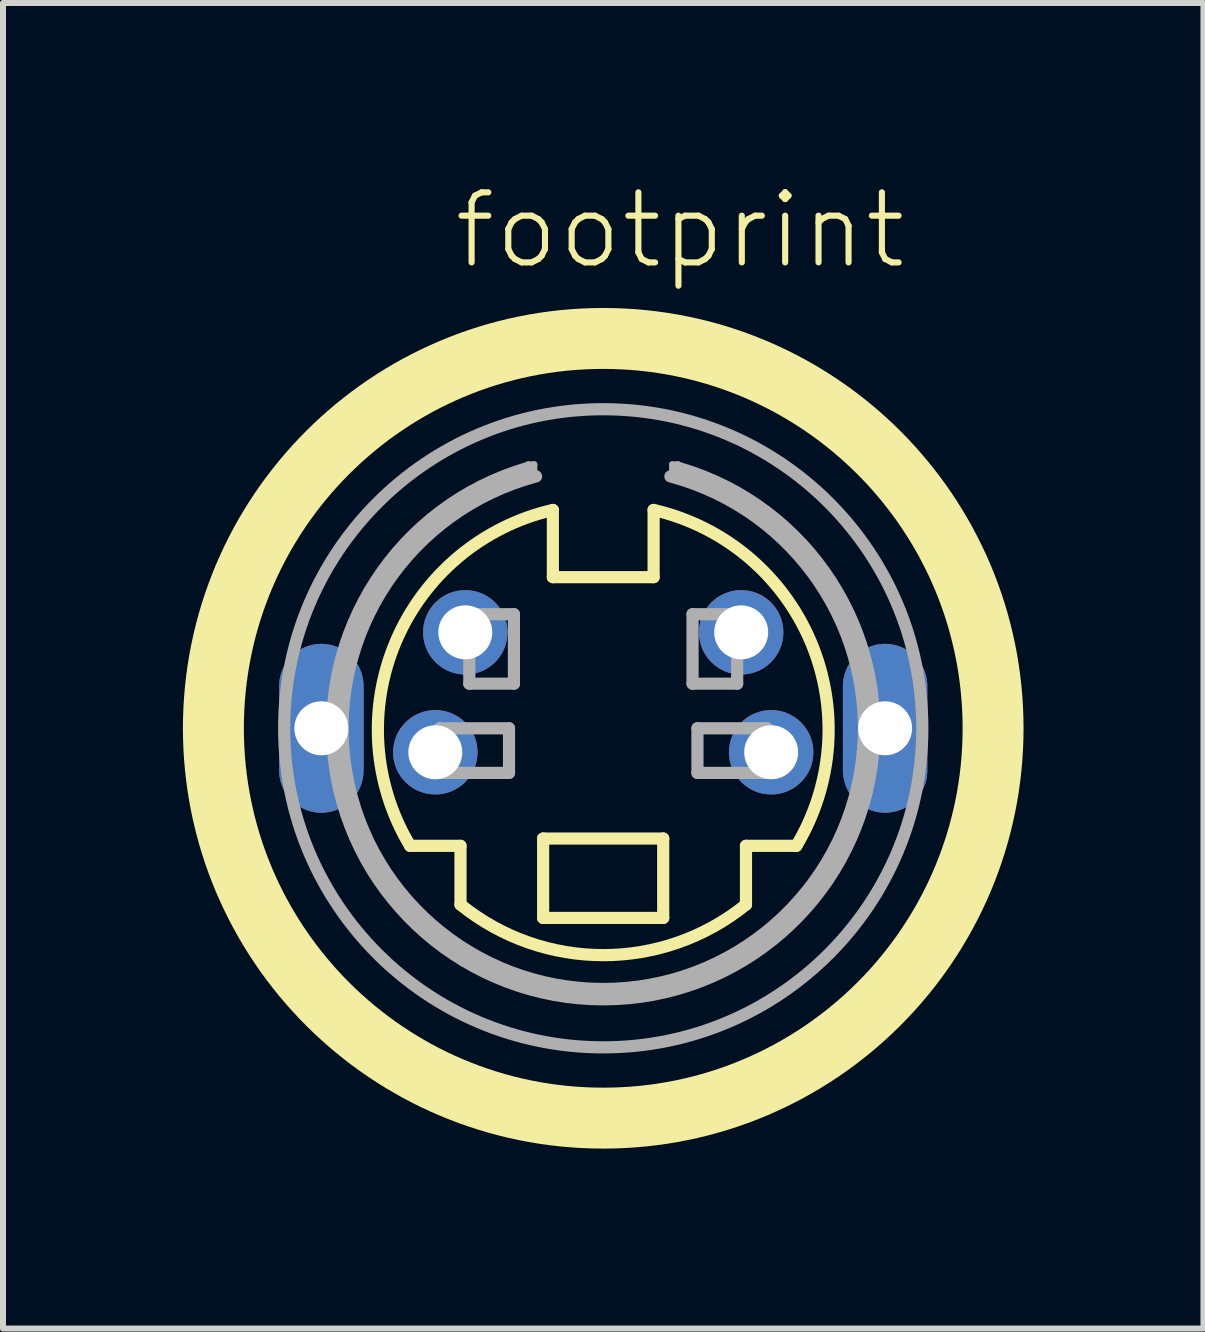
<source format=kicad_pcb>
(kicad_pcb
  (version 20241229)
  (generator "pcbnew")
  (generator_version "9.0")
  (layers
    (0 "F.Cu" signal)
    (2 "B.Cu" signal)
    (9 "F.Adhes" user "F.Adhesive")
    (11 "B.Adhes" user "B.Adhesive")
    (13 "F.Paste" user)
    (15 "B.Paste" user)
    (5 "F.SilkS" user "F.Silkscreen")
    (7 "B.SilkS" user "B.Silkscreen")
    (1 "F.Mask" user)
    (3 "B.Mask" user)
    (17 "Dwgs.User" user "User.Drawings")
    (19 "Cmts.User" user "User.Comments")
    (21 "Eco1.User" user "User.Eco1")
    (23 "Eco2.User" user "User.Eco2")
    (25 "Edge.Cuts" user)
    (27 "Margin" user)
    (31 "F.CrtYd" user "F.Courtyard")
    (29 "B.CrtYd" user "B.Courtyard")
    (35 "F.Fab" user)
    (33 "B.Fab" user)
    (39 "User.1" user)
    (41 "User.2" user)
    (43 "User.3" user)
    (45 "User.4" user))
  (footprint "footprint"
    (layer "F.Cu")
    (at 7.008 9.093)
    (property "Reference" "footprint" (at -2.54 -7.62 0) (layer "F.SilkS") (effects (font (size 1.168 1.168) (thickness 0.102)) (justify left bottom)))
    (fp_line (start -3.22 1.96) (end -2.38 1.96) (stroke (width 0.203) (type solid)) (layer "F.SilkS"))
    (fp_line (start -2.38 1.96) (end -2.38 2.94) (stroke (width 0.203) (type solid)) (layer "F.SilkS"))
    (fp_line (start -1.002 1.838) (end 1 1.838) (stroke (width 0.203) (type solid)) (layer "F.SilkS"))
    (fp_line (start -1.002 3.162) (end -1.002 1.838) (stroke (width 0.203) (type solid)) (layer "F.SilkS"))
    (fp_line (start -0.84 -2.52) (end -0.84 -3.64) (stroke (width 0.203) (type solid)) (layer "F.SilkS"))
    (fp_line (start 0.84 -3.64) (end 0.84 -2.52) (stroke (width 0.203) (type solid)) (layer "F.SilkS"))
    (fp_line (start 0.84 -2.52) (end -0.84 -2.52) (stroke (width 0.203) (type solid)) (layer "F.SilkS"))
    (fp_line (start 1 1.838) (end 1 3.162) (stroke (width 0.203) (type solid)) (layer "F.SilkS"))
    (fp_line (start 1 3.162) (end -1.002 3.162) (stroke (width 0.203) (type solid)) (layer "F.SilkS"))
    (fp_line (start 2.38 1.96) (end 2.38 2.94) (stroke (width 0.203) (type solid)) (layer "F.SilkS"))
    (fp_line (start 3.22 1.96) (end 2.38 1.96) (stroke (width 0.203) (type solid)) (layer "F.SilkS"))
    (fp_arc (start -3.22 1.96) (mid -3.458453 -1.447093) (end -0.84 -3.64) (stroke (width 0.2032) (type solid)) (layer "F.SilkS"))
    (fp_arc (start 0.84 -3.64) (mid 3.458453 -1.447093) (end 3.22 1.96) (stroke (width 0.2032) (type solid)) (layer "F.SilkS"))
    (fp_arc (start 2.38 2.94) (mid 0 3.782592) (end -2.38 2.94) (stroke (width 0.2032) (type solid)) (layer "F.SilkS"))
    (fp_circle (center 0 0) (end 6.5 0) (stroke (width 1.016) (type solid)) (fill no) (layer "F.SilkS"))
    (fp_line (start -2.729 0) (end -1.571 0) (stroke (width 0.203) (type solid)) (layer "F.Fab"))
    (fp_line (start -2.729 0.744) (end -2.729 0) (stroke (width 0.203) (type solid)) (layer "F.Fab"))
    (fp_line (start -2.233 -1.902) (end -1.489 -1.902) (stroke (width 0.203) (type solid)) (layer "F.Fab"))
    (fp_line (start -2.233 -0.744) (end -2.233 -1.902) (stroke (width 0.203) (type solid)) (layer "F.Fab"))
    (fp_line (start -1.571 0) (end -1.571 0.744) (stroke (width 0.203) (type solid)) (layer "F.Fab"))
    (fp_line (start -1.571 0.744) (end -2.729 0.744) (stroke (width 0.203) (type solid)) (layer "F.Fab"))
    (fp_line (start -1.489 -1.902) (end -1.489 -0.744) (stroke (width 0.203) (type solid)) (layer "F.Fab"))
    (fp_line (start -1.489 -0.744) (end -2.233 -0.744) (stroke (width 0.203) (type solid)) (layer "F.Fab"))
    (fp_line (start -1.25 -4.4) (end -1.25 -4.2) (stroke (width 0.102) (type solid)) (layer "F.Fab"))
    (fp_line (start -1.15 -4.4) (end -1.25 -4.4) (stroke (width 0.102) (type solid)) (layer "F.Fab"))
    (fp_line (start -1.15 -4.15) (end -1.15 -4.4) (stroke (width 0.102) (type solid)) (layer "F.Fab"))
    (fp_line (start 1.15 -4.4) (end 1.25 -4.4) (stroke (width 0.102) (type solid)) (layer "F.Fab"))
    (fp_line (start 1.15 -4.15) (end 1.15 -4.4) (stroke (width 0.102) (type solid)) (layer "F.Fab"))
    (fp_line (start 1.25 -4.4) (end 1.25 -4.2) (stroke (width 0.102) (type solid)) (layer "F.Fab"))
    (fp_line (start 1.489 -1.902) (end 2.233 -1.902) (stroke (width 0.203) (type solid)) (layer "F.Fab"))
    (fp_line (start 1.489 -0.744) (end 1.489 -1.902) (stroke (width 0.203) (type solid)) (layer "F.Fab"))
    (fp_line (start 1.571 0) (end 2.729 0) (stroke (width 0.203) (type solid)) (layer "F.Fab"))
    (fp_line (start 1.571 0.744) (end 1.571 0) (stroke (width 0.203) (type solid)) (layer "F.Fab"))
    (fp_line (start 2.233 -1.902) (end 2.233 -0.744) (stroke (width 0.203) (type solid)) (layer "F.Fab"))
    (fp_line (start 2.233 -0.744) (end 1.489 -0.744) (stroke (width 0.203) (type solid)) (layer "F.Fab"))
    (fp_line (start 2.729 0) (end 2.729 0.744) (stroke (width 0.203) (type solid)) (layer "F.Fab"))
    (fp_line (start 2.729 0.744) (end 1.571 0.744) (stroke (width 0.203) (type solid)) (layer "F.Fab"))
    (fp_arc (start 1.12 -4.2) (mid 0 4.346769) (end -1.12 -4.2) (stroke (width 0.2032) (type solid)) (layer "F.Fab"))
    (fp_arc (start 1.26 -4.34) (mid 0 4.519203) (end -1.26 -4.34) (stroke (width 0.2032) (type solid)) (layer "F.Fab"))
    (fp_circle (center 0 0) (end 5.32 0) (stroke (width 0.203) (type solid)) (fill no) (layer "F.Fab"))
    (pad "1" thru_hole circle (at 2.8 0.4) (size 1.408 1.408) (drill 0.9) (layers "*.Cu" "*.Mask"))
    (pad "2" thru_hole circle (at -2.8 0.4) (size 1.408 1.408) (drill 0.9) (layers "*.Cu" "*.Mask"))
    (pad "3" thru_hole circle (at 2.3 -1.6) (size 1.408 1.408) (drill 0.9) (layers "*.Cu" "*.Mask"))
    (pad "4" thru_hole circle (at -2.3 -1.6) (size 1.408 1.408) (drill 0.9) (layers "*.Cu" "*.Mask"))
    (pad "M1" thru_hole oval (at -4.7 0 90) (size 2.816 1.408) (drill 0.9) (layers "*.Cu" "*.Mask"))
    (pad "M2" thru_hole oval (at 4.7 0 90) (size 2.816 1.408) (drill 0.9) (layers "*.Cu" "*.Mask")))
  (gr_rect
    (start -3 -3)
    (end 17.016 19.101)
    (stroke (width 0.1) (type default))
    (fill no)
    (layer "Edge.Cuts")))
</source>
